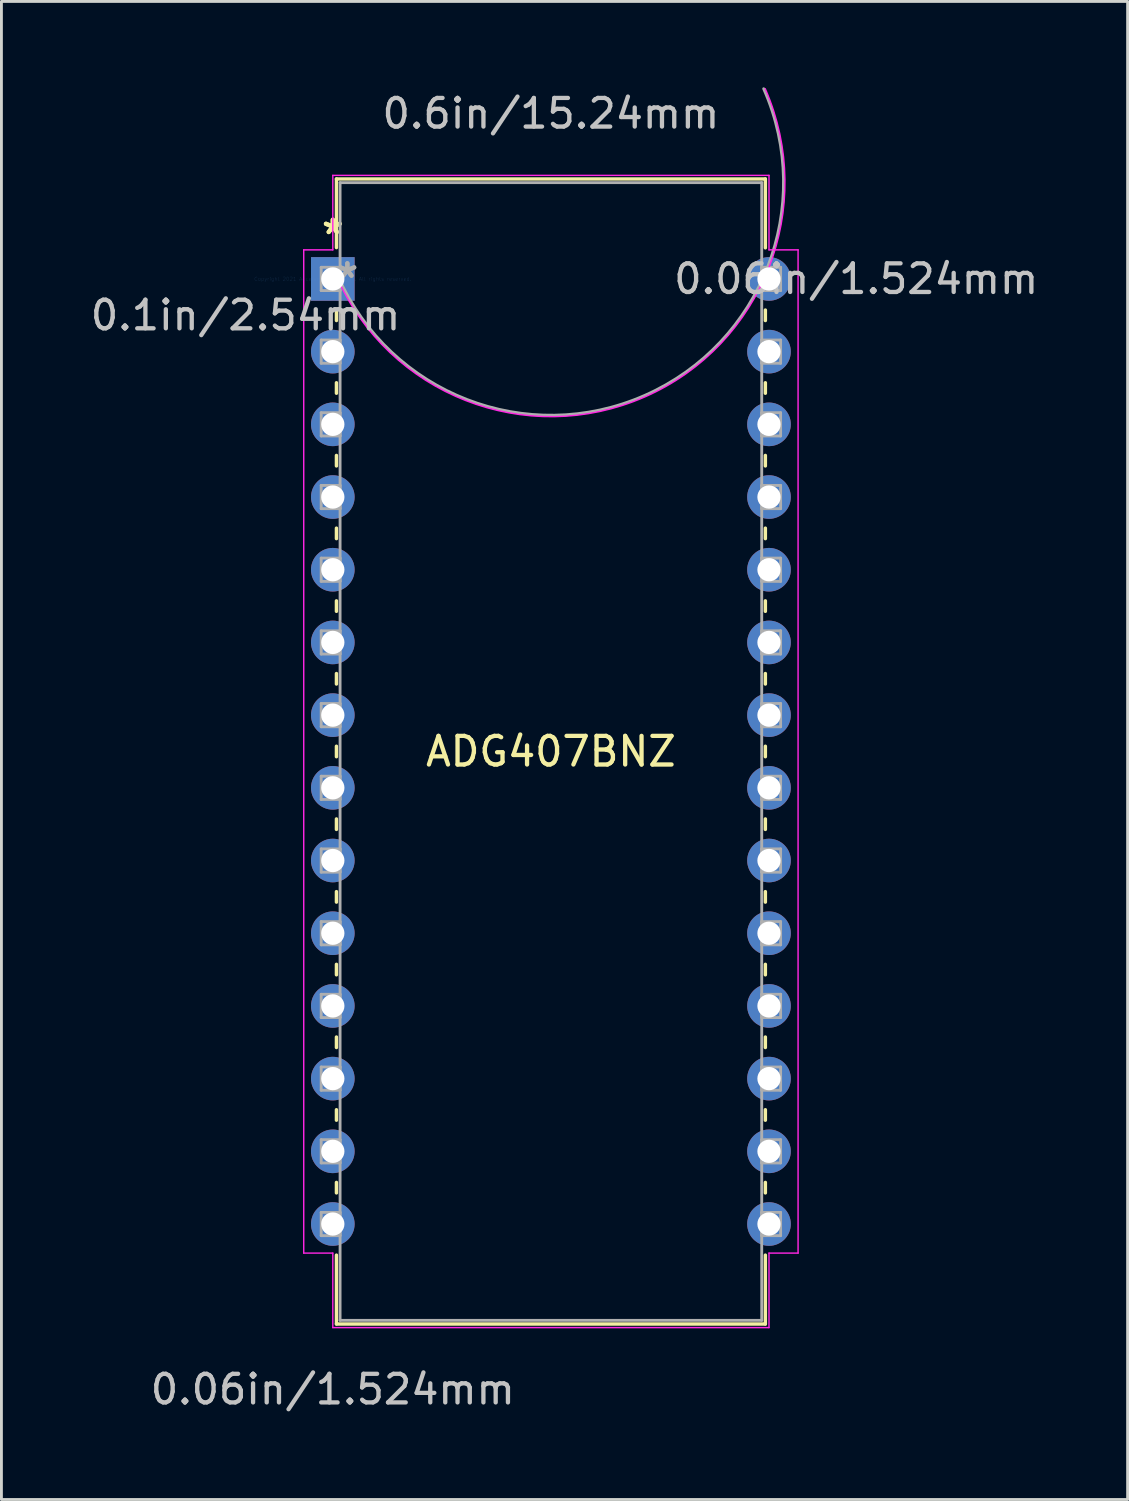
<source format=kicad_pcb>
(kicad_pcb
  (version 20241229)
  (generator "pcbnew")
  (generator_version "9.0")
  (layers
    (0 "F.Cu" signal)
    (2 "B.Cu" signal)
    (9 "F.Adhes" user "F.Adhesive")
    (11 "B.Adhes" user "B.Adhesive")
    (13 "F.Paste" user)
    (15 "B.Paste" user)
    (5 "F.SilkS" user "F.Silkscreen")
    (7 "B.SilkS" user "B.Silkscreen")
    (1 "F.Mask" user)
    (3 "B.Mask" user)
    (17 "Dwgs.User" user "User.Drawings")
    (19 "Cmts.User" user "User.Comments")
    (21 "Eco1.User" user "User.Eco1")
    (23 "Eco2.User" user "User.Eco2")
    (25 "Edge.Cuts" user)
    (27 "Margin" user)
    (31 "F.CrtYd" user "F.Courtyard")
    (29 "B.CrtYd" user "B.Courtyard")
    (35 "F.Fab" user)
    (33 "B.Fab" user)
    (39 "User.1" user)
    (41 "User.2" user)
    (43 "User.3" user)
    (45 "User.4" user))
  (footprint "ADG407BNZ"
    (layer "F.Cu")
    (at 8.578 6.696)
    (property "Reference" "ADG407BNZ" (at 7.62 16.51 0) (layer "F.SilkS") (effects (font (size 1 1) (thickness 0.15))))
    (attr through_hole)
    (fp_line (start 0.127 -3.493) (end 0.127 -1.095) (stroke (width 0.12) (type solid)) (layer "F.SilkS"))
    (fp_line (start 0.127 1.095) (end 0.127 1.453) (stroke (width 0.12) (type solid)) (layer "F.SilkS"))
    (fp_line (start 0.127 3.627) (end 0.127 3.993) (stroke (width 0.12) (type solid)) (layer "F.SilkS"))
    (fp_line (start 0.127 6.167) (end 0.127 6.533) (stroke (width 0.12) (type solid)) (layer "F.SilkS"))
    (fp_line (start 0.127 8.707) (end 0.127 9.073) (stroke (width 0.12) (type solid)) (layer "F.SilkS"))
    (fp_line (start 0.127 11.247) (end 0.127 11.613) (stroke (width 0.12) (type solid)) (layer "F.SilkS"))
    (fp_line (start 0.127 13.787) (end 0.127 14.153) (stroke (width 0.12) (type solid)) (layer "F.SilkS"))
    (fp_line (start 0.127 16.327) (end 0.127 16.693) (stroke (width 0.12) (type solid)) (layer "F.SilkS"))
    (fp_line (start 0.127 18.867) (end 0.127 19.233) (stroke (width 0.12) (type solid)) (layer "F.SilkS"))
    (fp_line (start 0.127 21.407) (end 0.127 21.773) (stroke (width 0.12) (type solid)) (layer "F.SilkS"))
    (fp_line (start 0.127 23.947) (end 0.127 24.313) (stroke (width 0.12) (type solid)) (layer "F.SilkS"))
    (fp_line (start 0.127 26.487) (end 0.127 26.853) (stroke (width 0.12) (type solid)) (layer "F.SilkS"))
    (fp_line (start 0.127 29.027) (end 0.127 29.393) (stroke (width 0.12) (type solid)) (layer "F.SilkS"))
    (fp_line (start 0.127 31.567) (end 0.127 31.933) (stroke (width 0.12) (type solid)) (layer "F.SilkS"))
    (fp_line (start 0.127 34.107) (end 0.127 36.513) (stroke (width 0.12) (type solid)) (layer "F.SilkS"))
    (fp_line (start 0.127 36.513) (end 15.113 36.513) (stroke (width 0.12) (type solid)) (layer "F.SilkS"))
    (fp_line (start 15.113 -3.493) (end 0.127 -3.493) (stroke (width 0.12) (type solid)) (layer "F.SilkS"))
    (fp_line (start 15.113 -1.087) (end 15.113 -3.493) (stroke (width 0.12) (type solid)) (layer "F.SilkS"))
    (fp_line (start 15.113 1.453) (end 15.113 1.087) (stroke (width 0.12) (type solid)) (layer "F.SilkS"))
    (fp_line (start 15.113 3.993) (end 15.113 3.627) (stroke (width 0.12) (type solid)) (layer "F.SilkS"))
    (fp_line (start 15.113 6.533) (end 15.113 6.167) (stroke (width 0.12) (type solid)) (layer "F.SilkS"))
    (fp_line (start 15.113 9.073) (end 15.113 8.707) (stroke (width 0.12) (type solid)) (layer "F.SilkS"))
    (fp_line (start 15.113 11.613) (end 15.113 11.247) (stroke (width 0.12) (type solid)) (layer "F.SilkS"))
    (fp_line (start 15.113 14.153) (end 15.113 13.787) (stroke (width 0.12) (type solid)) (layer "F.SilkS"))
    (fp_line (start 15.113 16.693) (end 15.113 16.327) (stroke (width 0.12) (type solid)) (layer "F.SilkS"))
    (fp_line (start 15.113 19.233) (end 15.113 18.867) (stroke (width 0.12) (type solid)) (layer "F.SilkS"))
    (fp_line (start 15.113 21.773) (end 15.113 21.407) (stroke (width 0.12) (type solid)) (layer "F.SilkS"))
    (fp_line (start 15.113 24.313) (end 15.113 23.947) (stroke (width 0.12) (type solid)) (layer "F.SilkS"))
    (fp_line (start 15.113 26.853) (end 15.113 26.487) (stroke (width 0.12) (type solid)) (layer "F.SilkS"))
    (fp_line (start 15.113 29.393) (end 15.113 29.027) (stroke (width 0.12) (type solid)) (layer "F.SilkS"))
    (fp_line (start 15.113 31.933) (end 15.113 31.567) (stroke (width 0.12) (type solid)) (layer "F.SilkS"))
    (fp_line (start 15.113 36.513) (end 15.113 34.107) (stroke (width 0.12) (type solid)) (layer "F.SilkS"))
    (fp_line (start -1.016 -1.016) (end -1.016 34.036) (stroke (width 0.05) (type solid)) (layer "F.CrtYd"))
    (fp_line (start -1.016 34.036) (end 0 34.036) (stroke (width 0.05) (type solid)) (layer "F.CrtYd"))
    (fp_line (start 0 -3.619) (end 0 -1.016) (stroke (width 0.05) (type solid)) (layer "F.CrtYd"))
    (fp_line (start 0 -1.016) (end -1.016 -1.016) (stroke (width 0.05) (type solid)) (layer "F.CrtYd"))
    (fp_line (start 0 34.036) (end 0 36.639) (stroke (width 0.05) (type solid)) (layer "F.CrtYd"))
    (fp_line (start 0 36.639) (end 15.24 36.639) (stroke (width 0.05) (type solid)) (layer "F.CrtYd"))
    (fp_line (start 15.24 -3.619) (end 0 -3.619) (stroke (width 0.05) (type solid)) (layer "F.CrtYd"))
    (fp_line (start 15.24 -1.016) (end 15.24 -3.619) (stroke (width 0.05) (type solid)) (layer "F.CrtYd"))
    (fp_line (start 15.24 34.036) (end 16.256 34.036) (stroke (width 0.05) (type solid)) (layer "F.CrtYd"))
    (fp_line (start 15.24 36.639) (end 15.24 34.036) (stroke (width 0.05) (type solid)) (layer "F.CrtYd"))
    (fp_line (start 16.256 -1.016) (end 15.24 -1.016) (stroke (width 0.05) (type solid)) (layer "F.CrtYd"))
    (fp_line (start 16.256 34.036) (end 16.256 -1.016) (stroke (width 0.05) (type solid)) (layer "F.CrtYd"))
    (fp_arc (start 15.108818 -6.645516) (mid 10.900016 4.123318) (end 0.131182 -0.085484) (stroke (width 0.05) (type solid)) (layer "F.CrtYd"))
    (fp_line (start -0.406 -0.406) (end -0.406 0.406) (stroke (width 0.1) (type solid)) (layer "F.Fab"))
    (fp_line (start -0.406 0.406) (end 0.254 0.406) (stroke (width 0.1) (type solid)) (layer "F.Fab"))
    (fp_line (start -0.406 2.134) (end -0.406 2.946) (stroke (width 0.1) (type solid)) (layer "F.Fab"))
    (fp_line (start -0.406 2.946) (end 0.254 2.946) (stroke (width 0.1) (type solid)) (layer "F.Fab"))
    (fp_line (start -0.406 4.674) (end -0.406 5.486) (stroke (width 0.1) (type solid)) (layer "F.Fab"))
    (fp_line (start -0.406 5.486) (end 0.254 5.486) (stroke (width 0.1) (type solid)) (layer "F.Fab"))
    (fp_line (start -0.406 7.214) (end -0.406 8.026) (stroke (width 0.1) (type solid)) (layer "F.Fab"))
    (fp_line (start -0.406 8.026) (end 0.254 8.026) (stroke (width 0.1) (type solid)) (layer "F.Fab"))
    (fp_line (start -0.406 9.754) (end -0.406 10.566) (stroke (width 0.1) (type solid)) (layer "F.Fab"))
    (fp_line (start -0.406 10.566) (end 0.254 10.566) (stroke (width 0.1) (type solid)) (layer "F.Fab"))
    (fp_line (start -0.406 12.294) (end -0.406 13.106) (stroke (width 0.1) (type solid)) (layer "F.Fab"))
    (fp_line (start -0.406 13.106) (end 0.254 13.106) (stroke (width 0.1) (type solid)) (layer "F.Fab"))
    (fp_line (start -0.406 14.834) (end -0.406 15.646) (stroke (width 0.1) (type solid)) (layer "F.Fab"))
    (fp_line (start -0.406 15.646) (end 0.254 15.646) (stroke (width 0.1) (type solid)) (layer "F.Fab"))
    (fp_line (start -0.406 17.374) (end -0.406 18.186) (stroke (width 0.1) (type solid)) (layer "F.Fab"))
    (fp_line (start -0.406 18.186) (end 0.254 18.186) (stroke (width 0.1) (type solid)) (layer "F.Fab"))
    (fp_line (start -0.406 19.914) (end -0.406 20.726) (stroke (width 0.1) (type solid)) (layer "F.Fab"))
    (fp_line (start -0.406 20.726) (end 0.254 20.726) (stroke (width 0.1) (type solid)) (layer "F.Fab"))
    (fp_line (start -0.406 22.454) (end -0.406 23.266) (stroke (width 0.1) (type solid)) (layer "F.Fab"))
    (fp_line (start -0.406 23.266) (end 0.254 23.266) (stroke (width 0.1) (type solid)) (layer "F.Fab"))
    (fp_line (start -0.406 24.994) (end -0.406 25.806) (stroke (width 0.1) (type solid)) (layer "F.Fab"))
    (fp_line (start -0.406 25.806) (end 0.254 25.806) (stroke (width 0.1) (type solid)) (layer "F.Fab"))
    (fp_line (start -0.406 27.534) (end -0.406 28.346) (stroke (width 0.1) (type solid)) (layer "F.Fab"))
    (fp_line (start -0.406 28.346) (end 0.254 28.346) (stroke (width 0.1) (type solid)) (layer "F.Fab"))
    (fp_line (start -0.406 30.074) (end -0.406 30.886) (stroke (width 0.1) (type solid)) (layer "F.Fab"))
    (fp_line (start -0.406 30.886) (end 0.254 30.886) (stroke (width 0.1) (type solid)) (layer "F.Fab"))
    (fp_line (start -0.406 32.614) (end -0.406 33.426) (stroke (width 0.1) (type solid)) (layer "F.Fab"))
    (fp_line (start -0.406 33.426) (end 0.254 33.426) (stroke (width 0.1) (type solid)) (layer "F.Fab"))
    (fp_line (start 0.254 -3.365) (end 0.254 36.386) (stroke (width 0.1) (type solid)) (layer "F.Fab"))
    (fp_line (start 0.254 -0.406) (end -0.406 -0.406) (stroke (width 0.1) (type solid)) (layer "F.Fab"))
    (fp_line (start 0.254 0.406) (end 0.254 -0.406) (stroke (width 0.1) (type solid)) (layer "F.Fab"))
    (fp_line (start 0.254 2.134) (end -0.406 2.134) (stroke (width 0.1) (type solid)) (layer "F.Fab"))
    (fp_line (start 0.254 2.946) (end 0.254 2.134) (stroke (width 0.1) (type solid)) (layer "F.Fab"))
    (fp_line (start 0.254 4.674) (end -0.406 4.674) (stroke (width 0.1) (type solid)) (layer "F.Fab"))
    (fp_line (start 0.254 5.486) (end 0.254 4.674) (stroke (width 0.1) (type solid)) (layer "F.Fab"))
    (fp_line (start 0.254 7.214) (end -0.406 7.214) (stroke (width 0.1) (type solid)) (layer "F.Fab"))
    (fp_line (start 0.254 8.026) (end 0.254 7.214) (stroke (width 0.1) (type solid)) (layer "F.Fab"))
    (fp_line (start 0.254 9.754) (end -0.406 9.754) (stroke (width 0.1) (type solid)) (layer "F.Fab"))
    (fp_line (start 0.254 10.566) (end 0.254 9.754) (stroke (width 0.1) (type solid)) (layer "F.Fab"))
    (fp_line (start 0.254 12.294) (end -0.406 12.294) (stroke (width 0.1) (type solid)) (layer "F.Fab"))
    (fp_line (start 0.254 13.106) (end 0.254 12.294) (stroke (width 0.1) (type solid)) (layer "F.Fab"))
    (fp_line (start 0.254 14.834) (end -0.406 14.834) (stroke (width 0.1) (type solid)) (layer "F.Fab"))
    (fp_line (start 0.254 15.646) (end 0.254 14.834) (stroke (width 0.1) (type solid)) (layer "F.Fab"))
    (fp_line (start 0.254 17.374) (end -0.406 17.374) (stroke (width 0.1) (type solid)) (layer "F.Fab"))
    (fp_line (start 0.254 18.186) (end 0.254 17.374) (stroke (width 0.1) (type solid)) (layer "F.Fab"))
    (fp_line (start 0.254 19.914) (end -0.406 19.914) (stroke (width 0.1) (type solid)) (layer "F.Fab"))
    (fp_line (start 0.254 20.726) (end 0.254 19.914) (stroke (width 0.1) (type solid)) (layer "F.Fab"))
    (fp_line (start 0.254 22.454) (end -0.406 22.454) (stroke (width 0.1) (type solid)) (layer "F.Fab"))
    (fp_line (start 0.254 23.266) (end 0.254 22.454) (stroke (width 0.1) (type solid)) (layer "F.Fab"))
    (fp_line (start 0.254 24.994) (end -0.406 24.994) (stroke (width 0.1) (type solid)) (layer "F.Fab"))
    (fp_line (start 0.254 25.806) (end 0.254 24.994) (stroke (width 0.1) (type solid)) (layer "F.Fab"))
    (fp_line (start 0.254 27.534) (end -0.406 27.534) (stroke (width 0.1) (type solid)) (layer "F.Fab"))
    (fp_line (start 0.254 28.346) (end 0.254 27.534) (stroke (width 0.1) (type solid)) (layer "F.Fab"))
    (fp_line (start 0.254 30.074) (end -0.406 30.074) (stroke (width 0.1) (type solid)) (layer "F.Fab"))
    (fp_line (start 0.254 30.886) (end 0.254 30.074) (stroke (width 0.1) (type solid)) (layer "F.Fab"))
    (fp_line (start 0.254 32.614) (end -0.406 32.614) (stroke (width 0.1) (type solid)) (layer "F.Fab"))
    (fp_line (start 0.254 33.426) (end 0.254 32.614) (stroke (width 0.1) (type solid)) (layer "F.Fab"))
    (fp_line (start 0.254 36.386) (end 14.986 36.386) (stroke (width 0.1) (type solid)) (layer "F.Fab"))
    (fp_line (start 14.986 -3.365) (end 0.254 -3.365) (stroke (width 0.1) (type solid)) (layer "F.Fab"))
    (fp_line (start 14.986 -0.406) (end 14.986 0.406) (stroke (width 0.1) (type solid)) (layer "F.Fab"))
    (fp_line (start 14.986 0.406) (end 15.646 0.406) (stroke (width 0.1) (type solid)) (layer "F.Fab"))
    (fp_line (start 14.986 2.134) (end 14.986 2.946) (stroke (width 0.1) (type solid)) (layer "F.Fab"))
    (fp_line (start 14.986 2.946) (end 15.646 2.946) (stroke (width 0.1) (type solid)) (layer "F.Fab"))
    (fp_line (start 14.986 4.674) (end 14.986 5.486) (stroke (width 0.1) (type solid)) (layer "F.Fab"))
    (fp_line (start 14.986 5.486) (end 15.646 5.486) (stroke (width 0.1) (type solid)) (layer "F.Fab"))
    (fp_line (start 14.986 7.214) (end 14.986 8.026) (stroke (width 0.1) (type solid)) (layer "F.Fab"))
    (fp_line (start 14.986 8.026) (end 15.646 8.026) (stroke (width 0.1) (type solid)) (layer "F.Fab"))
    (fp_line (start 14.986 9.754) (end 14.986 10.566) (stroke (width 0.1) (type solid)) (layer "F.Fab"))
    (fp_line (start 14.986 10.566) (end 15.646 10.566) (stroke (width 0.1) (type solid)) (layer "F.Fab"))
    (fp_line (start 14.986 12.294) (end 14.986 13.106) (stroke (width 0.1) (type solid)) (layer "F.Fab"))
    (fp_line (start 14.986 13.106) (end 15.646 13.106) (stroke (width 0.1) (type solid)) (layer "F.Fab"))
    (fp_line (start 14.986 14.834) (end 14.986 15.646) (stroke (width 0.1) (type solid)) (layer "F.Fab"))
    (fp_line (start 14.986 15.646) (end 15.646 15.646) (stroke (width 0.1) (type solid)) (layer "F.Fab"))
    (fp_line (start 14.986 17.374) (end 14.986 18.186) (stroke (width 0.1) (type solid)) (layer "F.Fab"))
    (fp_line (start 14.986 18.186) (end 15.646 18.186) (stroke (width 0.1) (type solid)) (layer "F.Fab"))
    (fp_line (start 14.986 19.914) (end 14.986 20.726) (stroke (width 0.1) (type solid)) (layer "F.Fab"))
    (fp_line (start 14.986 20.726) (end 15.646 20.726) (stroke (width 0.1) (type solid)) (layer "F.Fab"))
    (fp_line (start 14.986 22.454) (end 14.986 23.266) (stroke (width 0.1) (type solid)) (layer "F.Fab"))
    (fp_line (start 14.986 23.266) (end 15.646 23.266) (stroke (width 0.1) (type solid)) (layer "F.Fab"))
    (fp_line (start 14.986 24.994) (end 14.986 25.806) (stroke (width 0.1) (type solid)) (layer "F.Fab"))
    (fp_line (start 14.986 25.806) (end 15.646 25.806) (stroke (width 0.1) (type solid)) (layer "F.Fab"))
    (fp_line (start 14.986 27.534) (end 14.986 28.346) (stroke (width 0.1) (type solid)) (layer "F.Fab"))
    (fp_line (start 14.986 28.346) (end 15.646 28.346) (stroke (width 0.1) (type solid)) (layer "F.Fab"))
    (fp_line (start 14.986 30.074) (end 14.986 30.886) (stroke (width 0.1) (type solid)) (layer "F.Fab"))
    (fp_line (start 14.986 30.886) (end 15.646 30.886) (stroke (width 0.1) (type solid)) (layer "F.Fab"))
    (fp_line (start 14.986 32.614) (end 14.986 33.426) (stroke (width 0.1) (type solid)) (layer "F.Fab"))
    (fp_line (start 14.986 33.426) (end 15.646 33.426) (stroke (width 0.1) (type solid)) (layer "F.Fab"))
    (fp_line (start 14.986 36.386) (end 14.986 -3.365) (stroke (width 0.1) (type solid)) (layer "F.Fab"))
    (fp_line (start 15.646 -0.406) (end 14.986 -0.406) (stroke (width 0.1) (type solid)) (layer "F.Fab"))
    (fp_line (start 15.646 0.406) (end 15.646 -0.406) (stroke (width 0.1) (type solid)) (layer "F.Fab"))
    (fp_line (start 15.646 2.134) (end 14.986 2.134) (stroke (width 0.1) (type solid)) (layer "F.Fab"))
    (fp_line (start 15.646 2.946) (end 15.646 2.134) (stroke (width 0.1) (type solid)) (layer "F.Fab"))
    (fp_line (start 15.646 4.674) (end 14.986 4.674) (stroke (width 0.1) (type solid)) (layer "F.Fab"))
    (fp_line (start 15.646 5.486) (end 15.646 4.674) (stroke (width 0.1) (type solid)) (layer "F.Fab"))
    (fp_line (start 15.646 7.214) (end 14.986 7.214) (stroke (width 0.1) (type solid)) (layer "F.Fab"))
    (fp_line (start 15.646 8.026) (end 15.646 7.214) (stroke (width 0.1) (type solid)) (layer "F.Fab"))
    (fp_line (start 15.646 9.754) (end 14.986 9.754) (stroke (width 0.1) (type solid)) (layer "F.Fab"))
    (fp_line (start 15.646 10.566) (end 15.646 9.754) (stroke (width 0.1) (type solid)) (layer "F.Fab"))
    (fp_line (start 15.646 12.294) (end 14.986 12.294) (stroke (width 0.1) (type solid)) (layer "F.Fab"))
    (fp_line (start 15.646 13.106) (end 15.646 12.294) (stroke (width 0.1) (type solid)) (layer "F.Fab"))
    (fp_line (start 15.646 14.834) (end 14.986 14.834) (stroke (width 0.1) (type solid)) (layer "F.Fab"))
    (fp_line (start 15.646 15.646) (end 15.646 14.834) (stroke (width 0.1) (type solid)) (layer "F.Fab"))
    (fp_line (start 15.646 17.374) (end 14.986 17.374) (stroke (width 0.1) (type solid)) (layer "F.Fab"))
    (fp_line (start 15.646 18.186) (end 15.646 17.374) (stroke (width 0.1) (type solid)) (layer "F.Fab"))
    (fp_line (start 15.646 19.914) (end 14.986 19.914) (stroke (width 0.1) (type solid)) (layer "F.Fab"))
    (fp_line (start 15.646 20.726) (end 15.646 19.914) (stroke (width 0.1) (type solid)) (layer "F.Fab"))
    (fp_line (start 15.646 22.454) (end 14.986 22.454) (stroke (width 0.1) (type solid)) (layer "F.Fab"))
    (fp_line (start 15.646 23.266) (end 15.646 22.454) (stroke (width 0.1) (type solid)) (layer "F.Fab"))
    (fp_line (start 15.646 24.994) (end 14.986 24.994) (stroke (width 0.1) (type solid)) (layer "F.Fab"))
    (fp_line (start 15.646 25.806) (end 15.646 24.994) (stroke (width 0.1) (type solid)) (layer "F.Fab"))
    (fp_line (start 15.646 27.534) (end 14.986 27.534) (stroke (width 0.1) (type solid)) (layer "F.Fab"))
    (fp_line (start 15.646 28.346) (end 15.646 27.534) (stroke (width 0.1) (type solid)) (layer "F.Fab"))
    (fp_line (start 15.646 30.074) (end 14.986 30.074) (stroke (width 0.1) (type solid)) (layer "F.Fab"))
    (fp_line (start 15.646 30.886) (end 15.646 30.074) (stroke (width 0.1) (type solid)) (layer "F.Fab"))
    (fp_line (start 15.646 32.614) (end 14.986 32.614) (stroke (width 0.1) (type solid)) (layer "F.Fab"))
    (fp_line (start 15.646 33.426) (end 15.646 32.614) (stroke (width 0.1) (type solid)) (layer "F.Fab"))
    (fp_arc (start 15.054194 -6.645516) (mid 10.900016 4.068694) (end 0.185806 -0.085484) (stroke (width 0.1) (type solid)) (layer "F.Fab"))
    (fp_text user "*" (at 0 -1.524 0) (layer "F.SilkS") (effects (font (size 1 1) (thickness 0.15))))
    (fp_text user "*" (at 0 -1.524 0) (layer "F.SilkS") (effects (font (size 1 1) (thickness 0.15))))
    (fp_text user "0.6in/15.24mm" (at 7.62 -5.779 0) (layer "Dwgs.User") (effects (font (size 1 1) (thickness 0.15))))
    (fp_text user "0.1in/2.54mm" (at -3.048 1.27 0) (layer "Dwgs.User") (effects (font (size 1 1) (thickness 0.15))))
    (fp_text user "0.06in/1.524mm" (at 0 38.798 0) (layer "Dwgs.User") (effects (font (size 1 1) (thickness 0.15))))
    (fp_text user "0.06in/1.524mm" (at 18.288 0 0) (layer "Dwgs.User") (effects (font (size 1 1) (thickness 0.15))))
    (fp_text user "Copyright 2021 Accelerated Designs. All rights reserved." (at 0 0 0) (layer "Cmts.User") (effects (font (size 0.127 0.127) (thickness 0.002))))
    (fp_text user "*" (at 0.508 0 0) (layer "F.Fab") (effects (font (size 1 1) (thickness 0.15))))
    (fp_text user "*" (at 0.508 0 0) (layer "F.Fab") (effects (font (size 1 1) (thickness 0.15))))
    (pad "1" thru_hole rect (at 0 0) (size 1.524 1.524) (drill 0.813) (layers "*.Cu" "*.Mask"))
    (pad "2" thru_hole circle (at 0 2.54) (size 1.524 1.524) (drill 0.813) (layers "*.Cu" "*.Mask"))
    (pad "3" thru_hole circle (at 0 5.08) (size 1.524 1.524) (drill 0.813) (layers "*.Cu" "*.Mask"))
    (pad "4" thru_hole circle (at 0 7.62) (size 1.524 1.524) (drill 0.813) (layers "*.Cu" "*.Mask"))
    (pad "5" thru_hole circle (at 0 10.16) (size 1.524 1.524) (drill 0.813) (layers "*.Cu" "*.Mask"))
    (pad "6" thru_hole circle (at 0 12.7) (size 1.524 1.524) (drill 0.813) (layers "*.Cu" "*.Mask"))
    (pad "7" thru_hole circle (at 0 15.24) (size 1.524 1.524) (drill 0.813) (layers "*.Cu" "*.Mask"))
    (pad "8" thru_hole circle (at 0 17.78) (size 1.524 1.524) (drill 0.813) (layers "*.Cu" "*.Mask"))
    (pad "9" thru_hole circle (at 0 20.32) (size 1.524 1.524) (drill 0.813) (layers "*.Cu" "*.Mask"))
    (pad "10" thru_hole circle (at 0 22.86) (size 1.524 1.524) (drill 0.813) (layers "*.Cu" "*.Mask"))
    (pad "11" thru_hole circle (at 0 25.4) (size 1.524 1.524) (drill 0.813) (layers "*.Cu" "*.Mask"))
    (pad "12" thru_hole circle (at 0 27.94) (size 1.524 1.524) (drill 0.813) (layers "*.Cu" "*.Mask"))
    (pad "13" thru_hole circle (at 0 30.48) (size 1.524 1.524) (drill 0.813) (layers "*.Cu" "*.Mask"))
    (pad "14" thru_hole circle (at 0 33.02) (size 1.524 1.524) (drill 0.813) (layers "*.Cu" "*.Mask"))
    (pad "15" thru_hole circle (at 15.24 33.02) (size 1.524 1.524) (drill 0.813) (layers "*.Cu" "*.Mask"))
    (pad "16" thru_hole circle (at 15.24 30.48) (size 1.524 1.524) (drill 0.813) (layers "*.Cu" "*.Mask"))
    (pad "17" thru_hole circle (at 15.24 27.94) (size 1.524 1.524) (drill 0.813) (layers "*.Cu" "*.Mask"))
    (pad "18" thru_hole circle (at 15.24 25.4) (size 1.524 1.524) (drill 0.813) (layers "*.Cu" "*.Mask"))
    (pad "19" thru_hole circle (at 15.24 22.86) (size 1.524 1.524) (drill 0.813) (layers "*.Cu" "*.Mask"))
    (pad "20" thru_hole circle (at 15.24 20.32) (size 1.524 1.524) (drill 0.813) (layers "*.Cu" "*.Mask"))
    (pad "21" thru_hole circle (at 15.24 17.78) (size 1.524 1.524) (drill 0.813) (layers "*.Cu" "*.Mask"))
    (pad "22" thru_hole circle (at 15.24 15.24) (size 1.524 1.524) (drill 0.813) (layers "*.Cu" "*.Mask"))
    (pad "23" thru_hole circle (at 15.24 12.7) (size 1.524 1.524) (drill 0.813) (layers "*.Cu" "*.Mask"))
    (pad "24" thru_hole circle (at 15.24 10.16) (size 1.524 1.524) (drill 0.813) (layers "*.Cu" "*.Mask"))
    (pad "25" thru_hole circle (at 15.24 7.62) (size 1.524 1.524) (drill 0.813) (layers "*.Cu" "*.Mask"))
    (pad "26" thru_hole circle (at 15.24 5.08) (size 1.524 1.524) (drill 0.813) (layers "*.Cu" "*.Mask"))
    (pad "27" thru_hole circle (at 15.24 2.54) (size 1.524 1.524) (drill 0.813) (layers "*.Cu" "*.Mask"))
    (pad "28" thru_hole circle (at 15.24 0) (size 1.524 1.524) (drill 0.813) (layers "*.Cu" "*.Mask")))
  (gr_rect
    (start -3 -3)
    (end 36.348 49.342)
    (stroke (width 0.1) (type default))
    (fill no)
    (layer "Edge.Cuts")))
</source>
